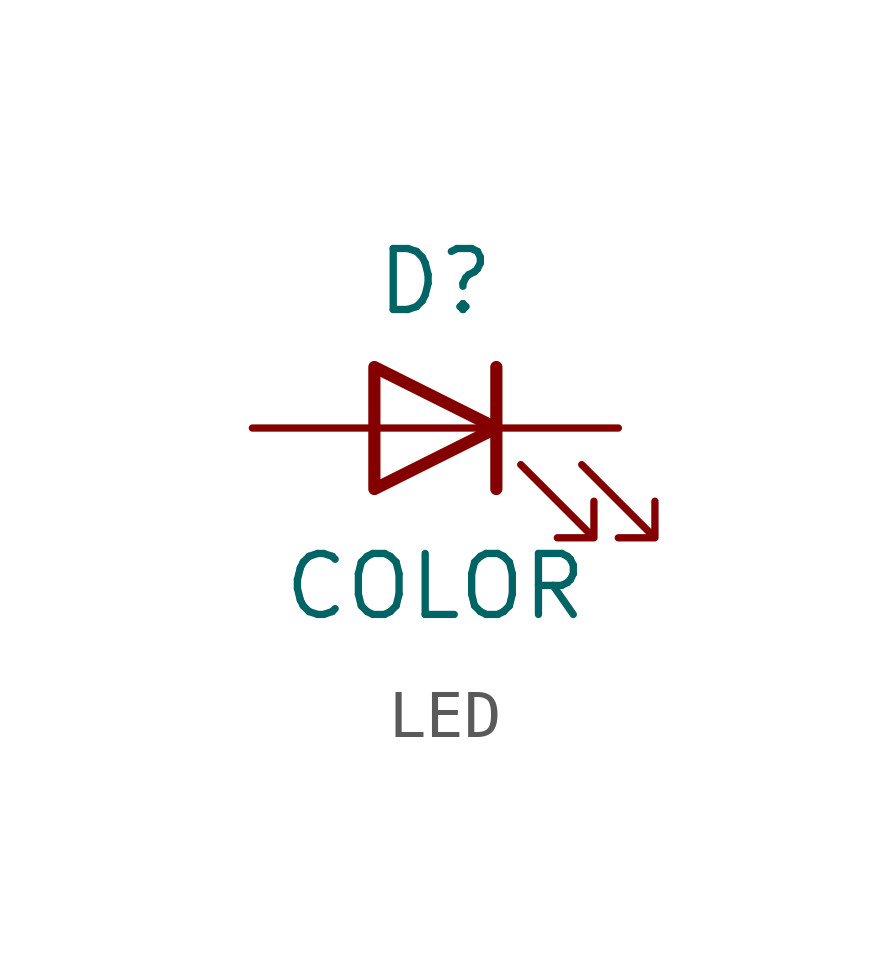
<source format=kicad_sym>
(kicad_symbol_lib
  (version 20231120)
  (generator "kicad_symbol_editor")
  (generator_version "8.0")
  (symbol "LED"
    (pin_numbers hide)
    (pin_names
      (offset 1.016) hide)
    (property "Reference" "D"
      (at 0 3.048 0)
      (do_not_autoplace)
      (effects (font (size 1.27 1.27))))
    (property "Value" "COLOR"
      (at 0 -3.302 0)
      (do_not_autoplace)
      (effects (font (size 1.27 1.27))))
    (symbol "LED_0_1"
      (polyline (pts (xy 1.27 -1.27) (xy 1.27 1.27)) (stroke (width 0.254) (type default)) (fill (type none)))
      (polyline (pts (xy 1.27 0) (xy -1.27 0)) (stroke (width 0) (type default)) (fill (type none)))
      (polyline (pts (xy -1.27 -1.27) (xy -1.27 1.27) (xy 1.27 0) (xy -1.27 -1.27)) (stroke (width 0.254) (type default)) (fill (type none)))
      (polyline (pts (xy 1.778 -0.762) (xy 3.302 -2.286) (xy 2.54 -2.286) (xy 3.302 -2.286) (xy 3.302 -1.524)) (stroke (width 0) (type default)) (fill (type none)))
      (polyline (pts (xy 3.048 -0.762) (xy 4.572 -2.286) (xy 3.81 -2.286) (xy 4.572 -2.286) (xy 4.572 -1.524)) (stroke (width 0) (type default)) (fill (type none))))
    (symbol "LED_1_1"
      (pin passive line (at 3.81 0 180) (length 2.54) (name "K" (effects (font (size 1.27 1.27)))) (number "1" (effects (font (size 1.27 1.27)))))
      (pin passive line (at -3.81 0 0) (length 2.54) (name "A" (effects (font (size 1.27 1.27)))) (number "2" (effects (font (size 1.27 1.27))))))))
</source>
